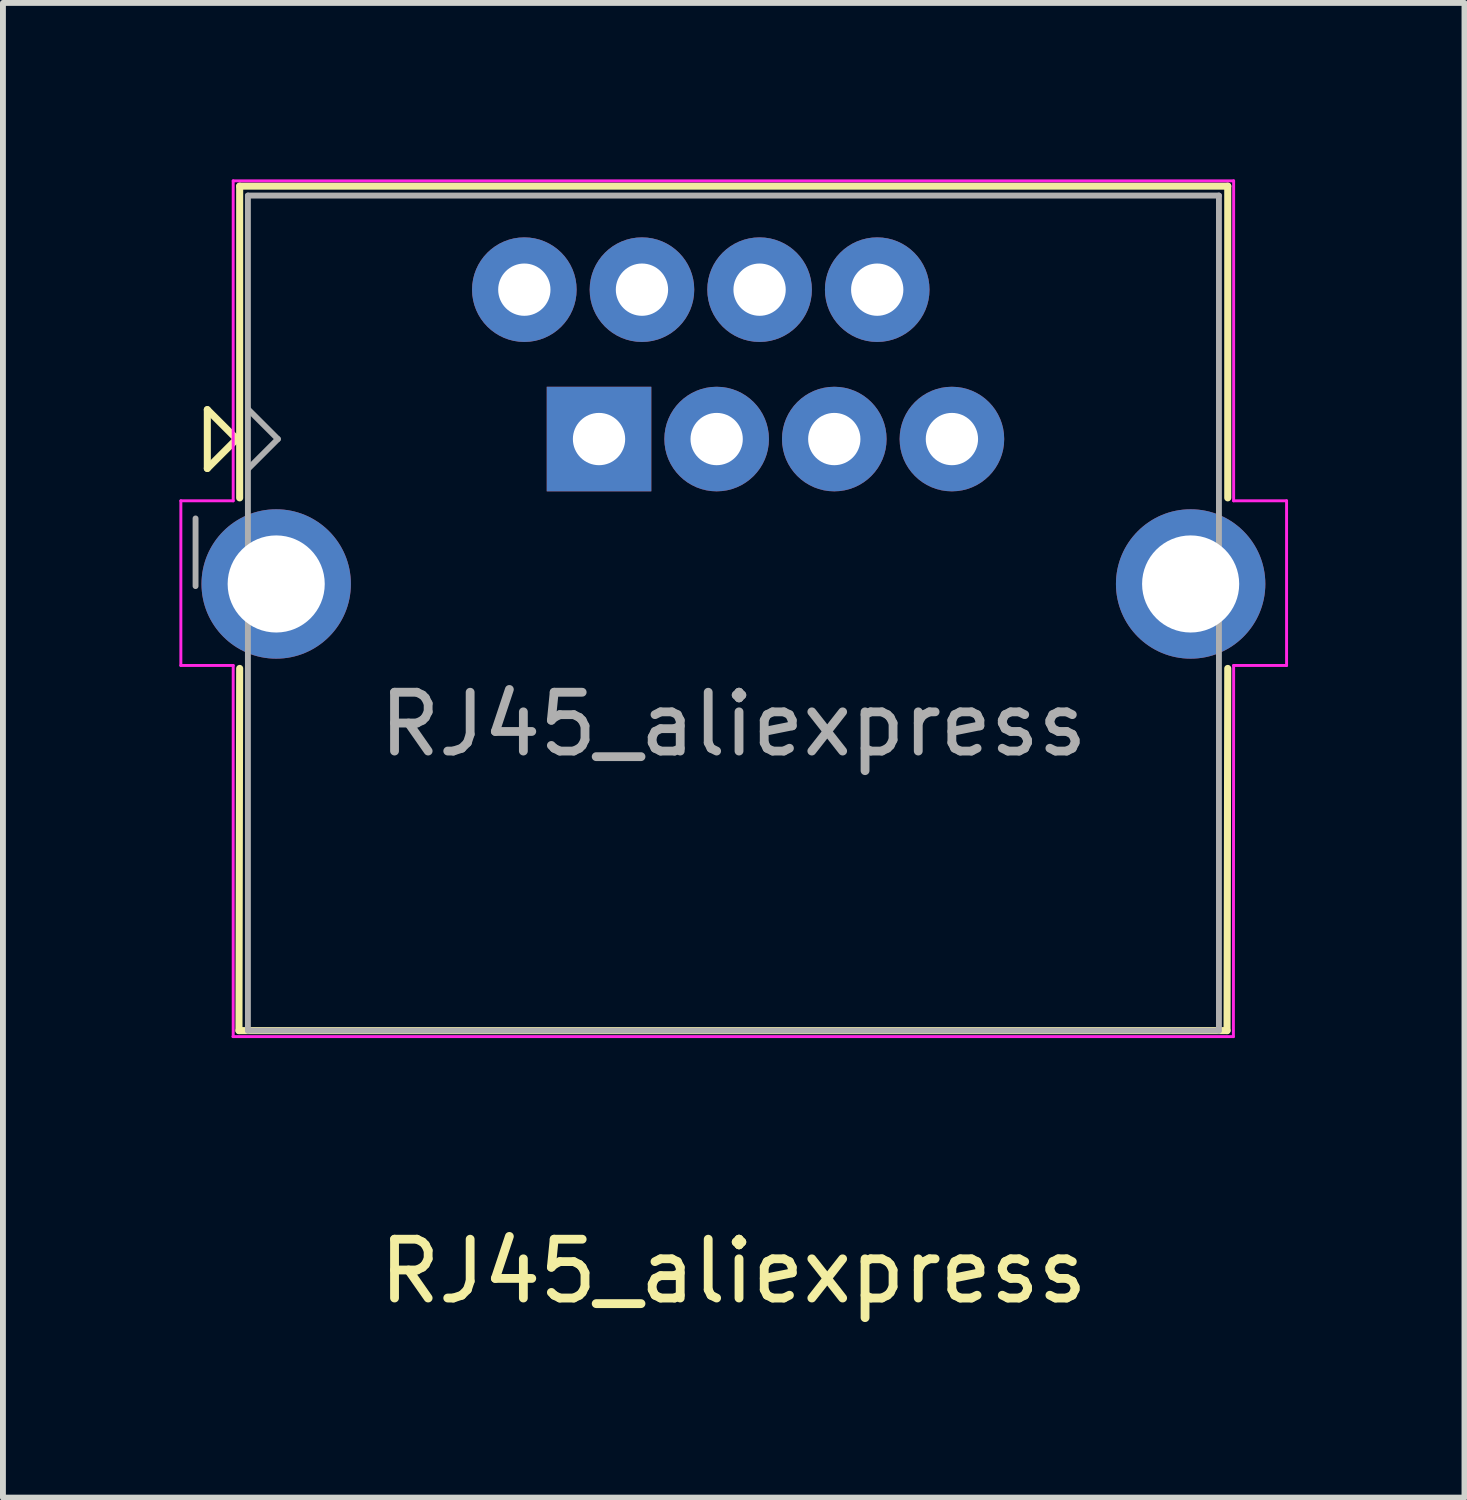
<source format=kicad_pcb>
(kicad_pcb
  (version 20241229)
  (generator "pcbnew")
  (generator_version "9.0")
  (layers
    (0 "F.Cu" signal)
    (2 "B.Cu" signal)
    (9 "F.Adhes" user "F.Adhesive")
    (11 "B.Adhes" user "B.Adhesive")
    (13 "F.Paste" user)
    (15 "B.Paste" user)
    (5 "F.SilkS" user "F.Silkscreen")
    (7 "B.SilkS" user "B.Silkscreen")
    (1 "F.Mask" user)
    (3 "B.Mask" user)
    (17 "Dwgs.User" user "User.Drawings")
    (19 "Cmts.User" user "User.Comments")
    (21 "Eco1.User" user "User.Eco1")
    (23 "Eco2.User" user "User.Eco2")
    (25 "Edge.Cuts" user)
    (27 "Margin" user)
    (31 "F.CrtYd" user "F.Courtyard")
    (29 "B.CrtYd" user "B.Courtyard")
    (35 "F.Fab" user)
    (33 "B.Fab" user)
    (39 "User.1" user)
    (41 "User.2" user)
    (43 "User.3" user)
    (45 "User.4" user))
  (footprint "RJ45_aliexpress"
    (layer "F.Cu")
    (at 4.975 4.415)
    (property "Reference" "RJ45_aliexpress" (at 4.445 14.15 0) (layer "F.SilkS") (effects (font (size 1 1) (thickness 0.15))))
    (attr through_hole)
    (fp_line (start -4.5 -0.5) (end -4.5 0.5) (stroke (width 0.12) (type solid)) (layer "F.SilkS"))
    (fp_line (start -4.5 0.5) (end -4 0) (stroke (width 0.12) (type solid)) (layer "F.SilkS"))
    (fp_line (start -4 0) (end -4.5 -0.5) (stroke (width 0.12) (type solid)) (layer "F.SilkS"))
    (fp_line (start -3.962 10.058) (end -3.95 3.9) (stroke (width 0.12) (type solid)) (layer "F.SilkS"))
    (fp_line (start -3.962 10.058) (end 12.838 10.058) (stroke (width 0.12) (type solid)) (layer "F.SilkS"))
    (fp_line (start -3.95 -4.3) (end -3.95 1) (stroke (width 0.12) (type solid)) (layer "F.SilkS"))
    (fp_line (start -3.95 -4.3) (end 12.85 -4.3) (stroke (width 0.12) (type solid)) (layer "F.SilkS"))
    (fp_line (start 12.838 10.058) (end 12.85 3.9) (stroke (width 0.12) (type solid)) (layer "F.SilkS"))
    (fp_line (start 12.85 -4.3) (end 12.85 1) (stroke (width 0.12) (type solid)) (layer "F.SilkS"))
    (fp_line (start -4.95 3.85) (end -4.95 1.05) (stroke (width 0.05) (type solid)) (layer "F.CrtYd"))
    (fp_line (start -4.06 -4.39) (end 12.95 -4.39) (stroke (width 0.05) (type solid)) (layer "F.CrtYd"))
    (fp_line (start -4.06 1.05) (end -4.95 1.05) (stroke (width 0.05) (type solid)) (layer "F.CrtYd"))
    (fp_line (start -4.06 1.05) (end -4.06 -4.39) (stroke (width 0.05) (type solid)) (layer "F.CrtYd"))
    (fp_line (start -4.06 3.85) (end -4.95 3.85) (stroke (width 0.05) (type solid)) (layer "F.CrtYd"))
    (fp_line (start -4.06 10.16) (end -4.06 3.85) (stroke (width 0.05) (type solid)) (layer "F.CrtYd"))
    (fp_line (start 12.946 10.16) (end -4.064 10.16) (stroke (width 0.05) (type solid)) (layer "F.CrtYd"))
    (fp_line (start 12.95 1.05) (end 12.95 -4.39) (stroke (width 0.05) (type solid)) (layer "F.CrtYd"))
    (fp_line (start 12.95 1.05) (end 13.85 1.05) (stroke (width 0.05) (type solid)) (layer "F.CrtYd"))
    (fp_line (start 12.95 3.85) (end 12.946 10.16) (stroke (width 0.05) (type solid)) (layer "F.CrtYd"))
    (fp_line (start 12.95 3.85) (end 13.85 3.85) (stroke (width 0.05) (type solid)) (layer "F.CrtYd"))
    (fp_line (start 13.85 3.85) (end 13.85 1.05) (stroke (width 0.05) (type solid)) (layer "F.CrtYd"))
    (fp_line (start -4.7 2.5) (end -4.7 1.35) (stroke (width 0.1) (type solid)) (layer "F.Fab"))
    (fp_line (start -3.81 -4.14) (end -3.81 10.058) (stroke (width 0.1) (type solid)) (layer "F.Fab"))
    (fp_line (start -3.81 -4.14) (end 12.7 -4.14) (stroke (width 0.1) (type solid)) (layer "F.Fab"))
    (fp_line (start -3.81 10.058) (end 12.7 10.058) (stroke (width 0.1) (type solid)) (layer "F.Fab"))
    (fp_line (start -3.8 -0.5) (end -3.3 0) (stroke (width 0.1) (type solid)) (layer "F.Fab"))
    (fp_line (start -3.8 0.5) (end -3.3 0) (stroke (width 0.1) (type solid)) (layer "F.Fab"))
    (fp_line (start 12.7 -4.14) (end 12.7 10.058) (stroke (width 0.1) (type solid)) (layer "F.Fab"))
    (fp_text user "${REFERENCE}" (at 4.445 4.85 0) (layer "F.Fab") (effects (font (size 1 1) (thickness 0.15))))
    (pad "1" thru_hole rect (at 2.16 0) (size 1.778 1.778) (drill 0.889) (layers "*.Cu" "*.Mask"))
    (pad "2" thru_hole circle (at 0.89 -2.54) (size 1.778 1.778) (drill 0.889) (layers "*.Cu" "*.Mask"))
    (pad "3" thru_hole circle (at 4.16 0) (size 1.778 1.778) (drill 0.889) (layers "*.Cu" "*.Mask"))
    (pad "4" thru_hole circle (at 2.89 -2.54) (size 1.778 1.778) (drill 0.889) (layers "*.Cu" "*.Mask"))
    (pad "5" thru_hole circle (at 6.16 0) (size 1.778 1.778) (drill 0.889) (layers "*.Cu" "*.Mask"))
    (pad "6" thru_hole circle (at 4.89 -2.54) (size 1.778 1.778) (drill 0.889) (layers "*.Cu" "*.Mask"))
    (pad "7" thru_hole circle (at 8.16 0) (size 1.778 1.778) (drill 0.889) (layers "*.Cu" "*.Mask"))
    (pad "8" thru_hole circle (at 6.89 -2.54) (size 1.778 1.778) (drill 0.889) (layers "*.Cu" "*.Mask"))
    (pad "SH" thru_hole circle (at -3.329 2.464) (size 2.54 2.54) (drill 1.651) (layers "*.Cu" "*.Mask"))
    (pad "SH" thru_hole circle (at 12.219 2.464) (size 2.54 2.54) (drill 1.651) (layers "*.Cu" "*.Mask")))
  (gr_rect
    (start -3 -3)
    (end 21.85 22.413)
    (stroke (width 0.1) (type default))
    (fill no)
    (layer "Edge.Cuts")))
</source>
